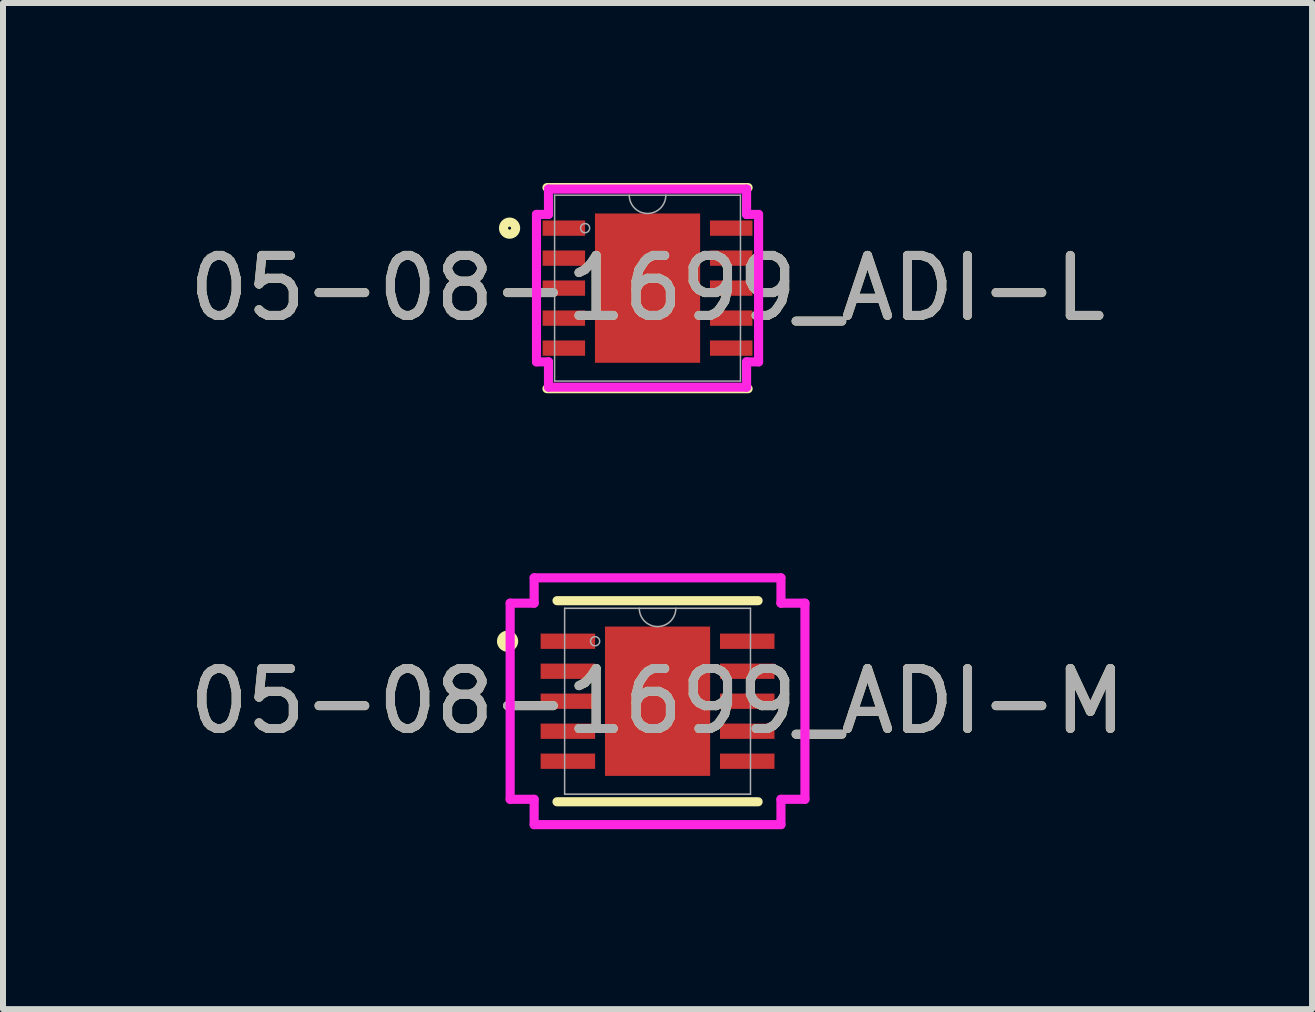
<source format=kicad_pcb>
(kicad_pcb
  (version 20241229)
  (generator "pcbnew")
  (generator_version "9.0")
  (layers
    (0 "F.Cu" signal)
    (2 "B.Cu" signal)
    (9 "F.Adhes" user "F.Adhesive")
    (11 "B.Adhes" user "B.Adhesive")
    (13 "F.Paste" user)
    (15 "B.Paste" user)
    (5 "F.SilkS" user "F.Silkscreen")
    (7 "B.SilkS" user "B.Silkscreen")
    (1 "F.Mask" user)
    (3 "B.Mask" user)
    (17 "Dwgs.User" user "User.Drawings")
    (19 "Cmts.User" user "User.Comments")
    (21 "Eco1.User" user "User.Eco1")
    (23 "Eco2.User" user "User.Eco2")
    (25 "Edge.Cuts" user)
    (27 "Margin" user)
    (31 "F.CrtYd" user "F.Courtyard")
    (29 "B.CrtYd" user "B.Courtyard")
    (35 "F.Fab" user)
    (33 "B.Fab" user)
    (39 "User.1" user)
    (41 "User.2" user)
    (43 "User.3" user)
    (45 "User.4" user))
  (footprint "05-08-1699_ADI-M"
    (layer "F.Cu")
    (at 7.911 8.639)
    (property "Reference" "05-08-1699_ADI-M" (at 0 0 0) (unlocked yes) (layer "F.SilkS") (effects (font (size 1 1) (thickness 0.15))))
    (attr smd)
    (fp_line (start -1.676 1.676) (end 1.676 1.676) (stroke (width 0.152) (type solid)) (layer "F.SilkS"))
    (fp_line (start 1.676 -1.676) (end -1.676 -1.676) (stroke (width 0.152) (type solid)) (layer "F.SilkS"))
    (fp_circle (center -2.5 -1) (end -2.399 -1) (stroke (width 0.152) (type solid)) (fill no) (layer "F.SilkS"))
    (fp_line (start -2.457 -1.635) (end -2.057 -1.635) (stroke (width 0.152) (type solid)) (layer "F.CrtYd"))
    (fp_line (start -2.457 1.635) (end -2.457 -1.635) (stroke (width 0.152) (type solid)) (layer "F.CrtYd"))
    (fp_line (start -2.457 1.635) (end -2.057 1.635) (stroke (width 0.152) (type solid)) (layer "F.CrtYd"))
    (fp_line (start -2.057 -2.057) (end 2.057 -2.057) (stroke (width 0.152) (type solid)) (layer "F.CrtYd"))
    (fp_line (start -2.057 -1.635) (end -2.057 -2.057) (stroke (width 0.152) (type solid)) (layer "F.CrtYd"))
    (fp_line (start -2.057 2.057) (end -2.057 1.635) (stroke (width 0.152) (type solid)) (layer "F.CrtYd"))
    (fp_line (start 2.057 -2.057) (end 2.057 -1.635) (stroke (width 0.152) (type solid)) (layer "F.CrtYd"))
    (fp_line (start 2.057 1.635) (end 2.057 2.057) (stroke (width 0.152) (type solid)) (layer "F.CrtYd"))
    (fp_line (start 2.057 2.057) (end -2.057 2.057) (stroke (width 0.152) (type solid)) (layer "F.CrtYd"))
    (fp_line (start 2.457 -1.635) (end 2.057 -1.635) (stroke (width 0.152) (type solid)) (layer "F.CrtYd"))
    (fp_line (start 2.457 -1.635) (end 2.457 1.635) (stroke (width 0.152) (type solid)) (layer "F.CrtYd"))
    (fp_line (start 2.457 1.635) (end 2.057 1.635) (stroke (width 0.152) (type solid)) (layer "F.CrtYd"))
    (fp_line (start -1.549 -1.549) (end -1.549 1.549) (stroke (width 0.025) (type solid)) (layer "F.Fab"))
    (fp_line (start -1.549 1.549) (end 1.549 1.549) (stroke (width 0.025) (type solid)) (layer "F.Fab"))
    (fp_line (start 1.549 -1.549) (end -1.549 -1.549) (stroke (width 0.025) (type solid)) (layer "F.Fab"))
    (fp_line (start 1.549 1.549) (end 1.549 -1.549) (stroke (width 0.025) (type solid)) (layer "F.Fab"))
    (fp_arc (start 0.3048 -1.5494) (mid 0 -1.2446) (end -0.3048 -1.5494) (stroke (width 0.0254) (type solid)) (layer "F.Fab"))
    (fp_circle (center -1.041 -1) (end -0.965 -1) (stroke (width 0.025) (type solid)) (fill no) (layer "F.Fab"))
    (fp_text user "${REFERENCE}" (at 0 0 0) (unlocked yes) (layer "F.Fab") (effects (font (size 1 1) (thickness 0.15))))
    (pad "1" smd rect (at -1.495 -1) (size 0.908 0.255) (layers "F.Cu" "F.Mask" "F.Paste"))
    (pad "2" smd rect (at -1.495 -0.5) (size 0.908 0.255) (layers "F.Cu" "F.Mask" "F.Paste"))
    (pad "3" smd rect (at -1.495 0) (size 0.908 0.255) (layers "F.Cu" "F.Mask" "F.Paste"))
    (pad "4" smd rect (at -1.495 0.5) (size 0.908 0.255) (layers "F.Cu" "F.Mask" "F.Paste"))
    (pad "5" smd rect (at -1.495 1) (size 0.908 0.255) (layers "F.Cu" "F.Mask" "F.Paste"))
    (pad "6" smd rect (at 1.495 1) (size 0.908 0.255) (layers "F.Cu" "F.Mask" "F.Paste"))
    (pad "7" smd rect (at 1.495 0.5) (size 0.908 0.255) (layers "F.Cu" "F.Mask" "F.Paste"))
    (pad "8" smd rect (at 1.495 0) (size 0.908 0.255) (layers "F.Cu" "F.Mask" "F.Paste"))
    (pad "9" smd rect (at 1.495 -0.5) (size 0.908 0.255) (layers "F.Cu" "F.Mask" "F.Paste"))
    (pad "10" smd rect (at 1.495 -1) (size 0.908 0.255) (layers "F.Cu" "F.Mask" "F.Paste"))
    (pad "11" smd rect (at 0 0) (size 1.753 2.489) (layers "F.Cu" "F.Mask" "F.Paste")))
  (footprint "05-08-1699_ADI-L"
    (layer "F.Cu")
    (at 7.744 1.753)
    (property "Reference" "05-08-1699_ADI-L" (at 0 0 0) (unlocked yes) (layer "F.SilkS") (effects (font (size 1 1) (thickness 0.15))))
    (attr smd)
    (fp_line (start -1.676 1.676) (end 1.676 1.676) (stroke (width 0.152) (type solid)) (layer "F.SilkS"))
    (fp_line (start 1.676 -1.676) (end -1.676 -1.676) (stroke (width 0.152) (type solid)) (layer "F.SilkS"))
    (fp_circle (center -2.3 -1) (end -2.199 -1) (stroke (width 0.152) (type solid)) (fill no) (layer "F.SilkS"))
    (fp_line (start -1.851 -1.229) (end -1.651 -1.229) (stroke (width 0.152) (type solid)) (layer "F.CrtYd"))
    (fp_line (start -1.851 1.229) (end -1.851 -1.229) (stroke (width 0.152) (type solid)) (layer "F.CrtYd"))
    (fp_line (start -1.851 1.229) (end -1.651 1.229) (stroke (width 0.152) (type solid)) (layer "F.CrtYd"))
    (fp_line (start -1.651 -1.651) (end 1.651 -1.651) (stroke (width 0.152) (type solid)) (layer "F.CrtYd"))
    (fp_line (start -1.651 -1.229) (end -1.651 -1.651) (stroke (width 0.152) (type solid)) (layer "F.CrtYd"))
    (fp_line (start -1.651 1.651) (end -1.651 1.229) (stroke (width 0.152) (type solid)) (layer "F.CrtYd"))
    (fp_line (start 1.651 -1.651) (end 1.651 -1.229) (stroke (width 0.152) (type solid)) (layer "F.CrtYd"))
    (fp_line (start 1.651 1.229) (end 1.651 1.651) (stroke (width 0.152) (type solid)) (layer "F.CrtYd"))
    (fp_line (start 1.651 1.651) (end -1.651 1.651) (stroke (width 0.152) (type solid)) (layer "F.CrtYd"))
    (fp_line (start 1.851 -1.229) (end 1.651 -1.229) (stroke (width 0.152) (type solid)) (layer "F.CrtYd"))
    (fp_line (start 1.851 -1.229) (end 1.851 1.229) (stroke (width 0.152) (type solid)) (layer "F.CrtYd"))
    (fp_line (start 1.851 1.229) (end 1.651 1.229) (stroke (width 0.152) (type solid)) (layer "F.CrtYd"))
    (fp_line (start -1.549 -1.549) (end -1.549 1.549) (stroke (width 0.025) (type solid)) (layer "F.Fab"))
    (fp_line (start -1.549 1.549) (end 1.549 1.549) (stroke (width 0.025) (type solid)) (layer "F.Fab"))
    (fp_line (start 1.549 -1.549) (end -1.549 -1.549) (stroke (width 0.025) (type solid)) (layer "F.Fab"))
    (fp_line (start 1.549 1.549) (end 1.549 -1.549) (stroke (width 0.025) (type solid)) (layer "F.Fab"))
    (fp_arc (start 0.3048 -1.5494) (mid 0 -1.2446) (end -0.3048 -1.5494) (stroke (width 0.0254) (type solid)) (layer "F.Fab"))
    (fp_circle (center -1.041 -1) (end -0.965 -1) (stroke (width 0.025) (type solid)) (fill no) (layer "F.Fab"))
    (fp_text user "${REFERENCE}" (at 0 0 0) (unlocked yes) (layer "F.Fab") (effects (font (size 1 1) (thickness 0.15))))
    (pad "1" smd rect (at -1.395 -1) (size 0.708 0.255) (layers "F.Cu" "F.Mask" "F.Paste"))
    (pad "2" smd rect (at -1.395 -0.5) (size 0.708 0.255) (layers "F.Cu" "F.Mask" "F.Paste"))
    (pad "3" smd rect (at -1.395 0) (size 0.708 0.255) (layers "F.Cu" "F.Mask" "F.Paste"))
    (pad "4" smd rect (at -1.395 0.5) (size 0.708 0.255) (layers "F.Cu" "F.Mask" "F.Paste"))
    (pad "5" smd rect (at -1.395 1) (size 0.708 0.255) (layers "F.Cu" "F.Mask" "F.Paste"))
    (pad "6" smd rect (at 1.395 1) (size 0.708 0.255) (layers "F.Cu" "F.Mask" "F.Paste"))
    (pad "7" smd rect (at 1.395 0.5) (size 0.708 0.255) (layers "F.Cu" "F.Mask" "F.Paste"))
    (pad "8" smd rect (at 1.395 0) (size 0.708 0.255) (layers "F.Cu" "F.Mask" "F.Paste"))
    (pad "9" smd rect (at 1.395 -0.5) (size 0.708 0.255) (layers "F.Cu" "F.Mask" "F.Paste"))
    (pad "10" smd rect (at 1.395 -1) (size 0.708 0.255) (layers "F.Cu" "F.Mask" "F.Paste"))
    (pad "11" smd rect (at 0 0) (size 1.753 2.489) (layers "F.Cu" "F.Mask" "F.Paste")))
  (gr_rect
    (start -3 -3)
    (end 18.821 13.772)
    (stroke (width 0.1) (type default))
    (fill no)
    (layer "Edge.Cuts")))
</source>
